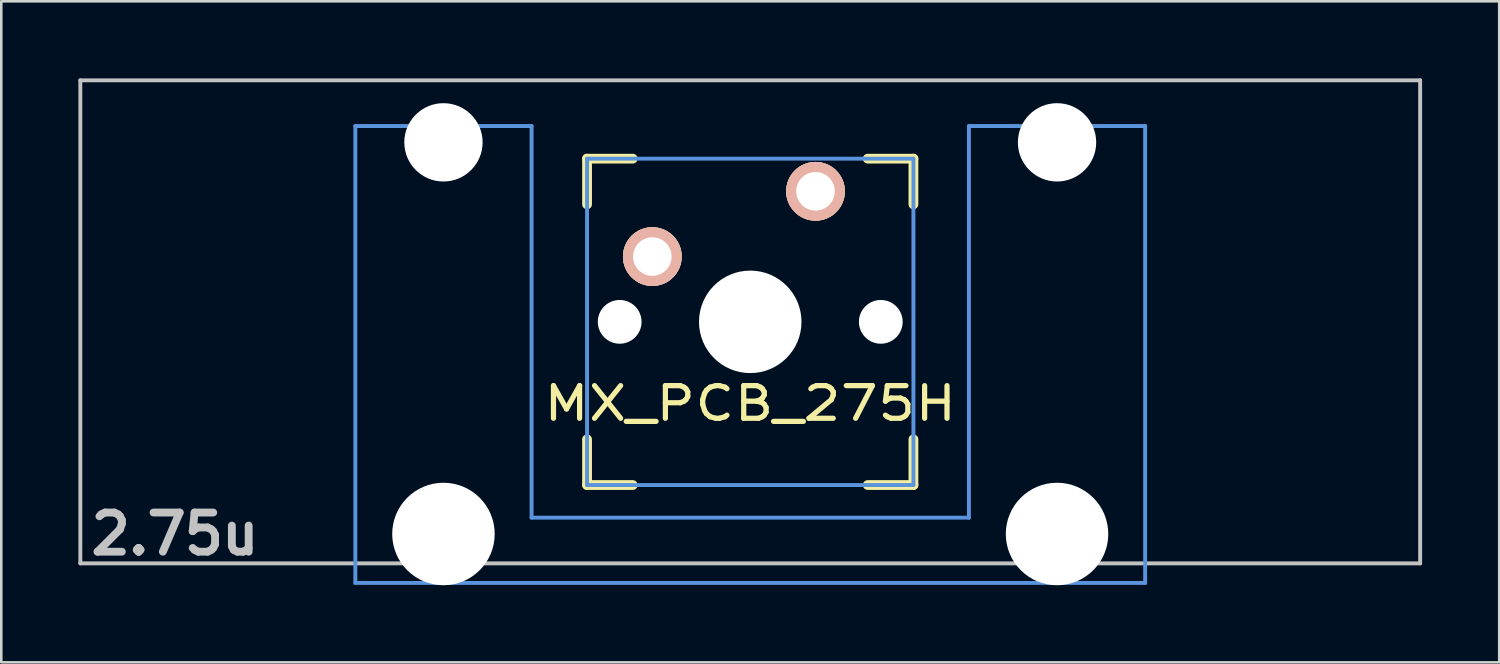
<source format=kicad_pcb>
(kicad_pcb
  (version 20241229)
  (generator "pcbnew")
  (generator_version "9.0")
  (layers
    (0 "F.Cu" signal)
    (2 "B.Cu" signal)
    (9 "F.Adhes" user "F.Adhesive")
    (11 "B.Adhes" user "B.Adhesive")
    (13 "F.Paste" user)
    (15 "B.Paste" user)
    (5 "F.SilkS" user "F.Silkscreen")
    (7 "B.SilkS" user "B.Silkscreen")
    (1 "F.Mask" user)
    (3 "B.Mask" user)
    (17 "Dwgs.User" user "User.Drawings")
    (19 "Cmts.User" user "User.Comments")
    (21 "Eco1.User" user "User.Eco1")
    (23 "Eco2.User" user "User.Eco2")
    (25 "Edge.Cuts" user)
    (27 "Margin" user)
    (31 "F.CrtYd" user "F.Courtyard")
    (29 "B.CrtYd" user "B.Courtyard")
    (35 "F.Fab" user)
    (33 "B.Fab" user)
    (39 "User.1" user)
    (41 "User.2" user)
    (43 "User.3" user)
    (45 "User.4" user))
  (footprint "MX_PCB_275H"
    (layer "F.Cu")
    (at 26.144 9.474)
    (property "Reference" "MX_PCB_275H" (at 0 3.175 0) (layer "F.SilkS") (effects (font (size 1.27 1.524) (thickness 0.203))))
    (attr through_hole)
    (fp_line (start -6.35 -6.35) (end -4.572 -6.35) (stroke (width 0.381) (type solid)) (layer "F.SilkS"))
    (fp_line (start -6.35 -4.572) (end -6.35 -6.35) (stroke (width 0.381) (type solid)) (layer "F.SilkS"))
    (fp_line (start -6.35 6.35) (end -6.35 4.572) (stroke (width 0.381) (type solid)) (layer "F.SilkS"))
    (fp_line (start -4.572 6.35) (end -6.35 6.35) (stroke (width 0.381) (type solid)) (layer "F.SilkS"))
    (fp_line (start 4.572 -6.35) (end 6.35 -6.35) (stroke (width 0.381) (type solid)) (layer "F.SilkS"))
    (fp_line (start 6.35 -6.35) (end 6.35 -4.572) (stroke (width 0.381) (type solid)) (layer "F.SilkS"))
    (fp_line (start 6.35 4.572) (end 6.35 6.35) (stroke (width 0.381) (type solid)) (layer "F.SilkS"))
    (fp_line (start 6.35 6.35) (end 4.572 6.35) (stroke (width 0.381) (type solid)) (layer "F.SilkS"))
    (fp_line (start -26.068 -9.398) (end 26.068 -9.398) (stroke (width 0.152) (type solid)) (layer "Dwgs.User"))
    (fp_line (start -26.068 9.398) (end -26.068 -9.398) (stroke (width 0.152) (type solid)) (layer "Dwgs.User"))
    (fp_line (start 26.068 -9.398) (end 26.068 9.398) (stroke (width 0.152) (type solid)) (layer "Dwgs.User"))
    (fp_line (start 26.068 9.398) (end -26.068 9.398) (stroke (width 0.152) (type solid)) (layer "Dwgs.User"))
    (fp_line (start -15.367 -7.62) (end -15.367 10.16) (stroke (width 0.152) (type solid)) (layer "Cmts.User"))
    (fp_line (start -15.367 10.16) (end 15.367 10.16) (stroke (width 0.152) (type solid)) (layer "Cmts.User"))
    (fp_line (start -8.509 -7.62) (end -15.367 -7.62) (stroke (width 0.152) (type solid)) (layer "Cmts.User"))
    (fp_line (start -8.509 7.62) (end -8.509 -7.62) (stroke (width 0.152) (type solid)) (layer "Cmts.User"))
    (fp_line (start -6.35 -6.35) (end 6.35 -6.35) (stroke (width 0.152) (type solid)) (layer "Cmts.User"))
    (fp_line (start -6.35 6.35) (end -6.35 -6.35) (stroke (width 0.152) (type solid)) (layer "Cmts.User"))
    (fp_line (start 6.35 -6.35) (end 6.35 6.35) (stroke (width 0.152) (type solid)) (layer "Cmts.User"))
    (fp_line (start 6.35 6.35) (end -6.35 6.35) (stroke (width 0.152) (type solid)) (layer "Cmts.User"))
    (fp_line (start 8.509 -7.62) (end 8.509 7.62) (stroke (width 0.152) (type solid)) (layer "Cmts.User"))
    (fp_line (start 8.509 7.62) (end -8.509 7.62) (stroke (width 0.152) (type solid)) (layer "Cmts.User"))
    (fp_line (start 15.367 -7.62) (end 8.509 -7.62) (stroke (width 0.152) (type solid)) (layer "Cmts.User"))
    (fp_line (start 15.367 10.16) (end 15.367 -7.62) (stroke (width 0.152) (type solid)) (layer "Cmts.User"))
    (fp_line (start -16.129 -2.286) (end -15.265 -2.286) (stroke (width 0.152) (type solid)) (layer "Eco2.User"))
    (fp_line (start -16.129 0.508) (end -16.129 -2.286) (stroke (width 0.152) (type solid)) (layer "Eco2.User"))
    (fp_line (start -15.265 -5.69) (end -8.611 -5.69) (stroke (width 0.152) (type solid)) (layer "Eco2.User"))
    (fp_line (start -15.265 -2.286) (end -15.265 -5.69) (stroke (width 0.152) (type solid)) (layer "Eco2.User"))
    (fp_line (start -15.265 0.508) (end -16.129 0.508) (stroke (width 0.152) (type solid)) (layer "Eco2.User"))
    (fp_line (start -15.265 6.604) (end -15.265 0.508) (stroke (width 0.152) (type solid)) (layer "Eco2.User"))
    (fp_line (start -14.224 6.604) (end -15.265 6.604) (stroke (width 0.152) (type solid)) (layer "Eco2.User"))
    (fp_line (start -14.224 7.772) (end -14.224 6.604) (stroke (width 0.152) (type solid)) (layer "Eco2.User"))
    (fp_line (start -9.652 6.604) (end -9.652 7.772) (stroke (width 0.152) (type solid)) (layer "Eco2.User"))
    (fp_line (start -9.652 7.772) (end -14.224 7.772) (stroke (width 0.152) (type solid)) (layer "Eco2.User"))
    (fp_line (start -8.611 -5.69) (end -8.611 -4.877) (stroke (width 0.152) (type solid)) (layer "Eco2.User"))
    (fp_line (start -8.611 -4.877) (end -6.985 -4.877) (stroke (width 0.152) (type solid)) (layer "Eco2.User"))
    (fp_line (start -8.611 5.817) (end -8.611 6.604) (stroke (width 0.152) (type solid)) (layer "Eco2.User"))
    (fp_line (start -8.611 6.604) (end -9.652 6.604) (stroke (width 0.152) (type solid)) (layer "Eco2.User"))
    (fp_line (start -6.985 -6.985) (end 6.985 -6.985) (stroke (width 0.152) (type solid)) (layer "Eco2.User"))
    (fp_line (start -6.985 -4.877) (end -6.985 -6.985) (stroke (width 0.152) (type solid)) (layer "Eco2.User"))
    (fp_line (start -6.985 5.817) (end -8.611 5.817) (stroke (width 0.152) (type solid)) (layer "Eco2.User"))
    (fp_line (start -6.985 6.985) (end -6.985 5.817) (stroke (width 0.152) (type solid)) (layer "Eco2.User"))
    (fp_line (start 6.985 -6.985) (end 6.985 -4.877) (stroke (width 0.152) (type solid)) (layer "Eco2.User"))
    (fp_line (start 6.985 -4.877) (end 8.611 -4.877) (stroke (width 0.152) (type solid)) (layer "Eco2.User"))
    (fp_line (start 6.985 5.817) (end 6.985 6.985) (stroke (width 0.152) (type solid)) (layer "Eco2.User"))
    (fp_line (start 6.985 6.985) (end -6.985 6.985) (stroke (width 0.152) (type solid)) (layer "Eco2.User"))
    (fp_line (start 8.611 -5.69) (end 15.265 -5.69) (stroke (width 0.152) (type solid)) (layer "Eco2.User"))
    (fp_line (start 8.611 -4.877) (end 8.611 -5.69) (stroke (width 0.152) (type solid)) (layer "Eco2.User"))
    (fp_line (start 8.611 5.817) (end 6.985 5.817) (stroke (width 0.152) (type solid)) (layer "Eco2.User"))
    (fp_line (start 8.611 6.604) (end 8.611 5.817) (stroke (width 0.152) (type solid)) (layer "Eco2.User"))
    (fp_line (start 9.652 6.604) (end 8.611 6.604) (stroke (width 0.152) (type solid)) (layer "Eco2.User"))
    (fp_line (start 9.652 7.772) (end 9.652 6.604) (stroke (width 0.152) (type solid)) (layer "Eco2.User"))
    (fp_line (start 14.224 6.604) (end 14.224 7.772) (stroke (width 0.152) (type solid)) (layer "Eco2.User"))
    (fp_line (start 14.224 7.772) (end 9.652 7.772) (stroke (width 0.152) (type solid)) (layer "Eco2.User"))
    (fp_line (start 15.265 -5.69) (end 15.265 -2.286) (stroke (width 0.152) (type solid)) (layer "Eco2.User"))
    (fp_line (start 15.265 -2.286) (end 16.129 -2.286) (stroke (width 0.152) (type solid)) (layer "Eco2.User"))
    (fp_line (start 15.265 0.508) (end 15.265 6.604) (stroke (width 0.152) (type solid)) (layer "Eco2.User"))
    (fp_line (start 15.265 6.604) (end 14.224 6.604) (stroke (width 0.152) (type solid)) (layer "Eco2.User"))
    (fp_line (start 16.129 -2.286) (end 16.129 0.508) (stroke (width 0.152) (type solid)) (layer "Eco2.User"))
    (fp_line (start 16.129 0.508) (end 15.265 0.508) (stroke (width 0.152) (type solid)) (layer "Eco2.User"))
    (fp_text user "2.75u" (at -22.385 8.255 0) (layer "Dwgs.User") (effects (font (size 1.524 1.524) (thickness 0.305))))
    (pad "" np_thru_hole circle (at -11.938 -6.985) (size 3.048 3.048) (drill 3.048) (layers "*.Cu"))
    (pad "" np_thru_hole circle (at -11.938 8.255) (size 3.988 3.988) (drill 3.988) (layers "*.Cu"))
    (pad "" np_thru_hole circle (at -5.08 0) (size 1.702 1.702) (drill 1.702) (layers "*.Cu"))
    (pad "" np_thru_hole circle (at 0 0) (size 3.988 3.988) (drill 3.988) (layers "*.Cu"))
    (pad "" np_thru_hole circle (at 5.08 0) (size 1.702 1.702) (drill 1.702) (layers "*.Cu"))
    (pad "" np_thru_hole circle (at 11.938 -6.985) (size 3.048 3.048) (drill 3.048) (layers "*.Cu"))
    (pad "" np_thru_hole circle (at 11.938 8.255) (size 3.988 3.988) (drill 3.988) (layers "*.Cu"))
    (pad "1" thru_hole circle (at 2.54 -5.08) (size 2.286 2.286) (drill 1.499) (layers "*.Cu" "*.SilkS" "*.Mask"))
    (pad "2" thru_hole circle (at -3.81 -2.54) (size 2.286 2.286) (drill 1.499) (layers "*.Cu" "*.SilkS" "*.Mask")))
  (gr_rect
    (start -3 -3)
    (end 55.288 22.723)
    (stroke (width 0.1) (type default))
    (fill no)
    (layer "Edge.Cuts")))
</source>
